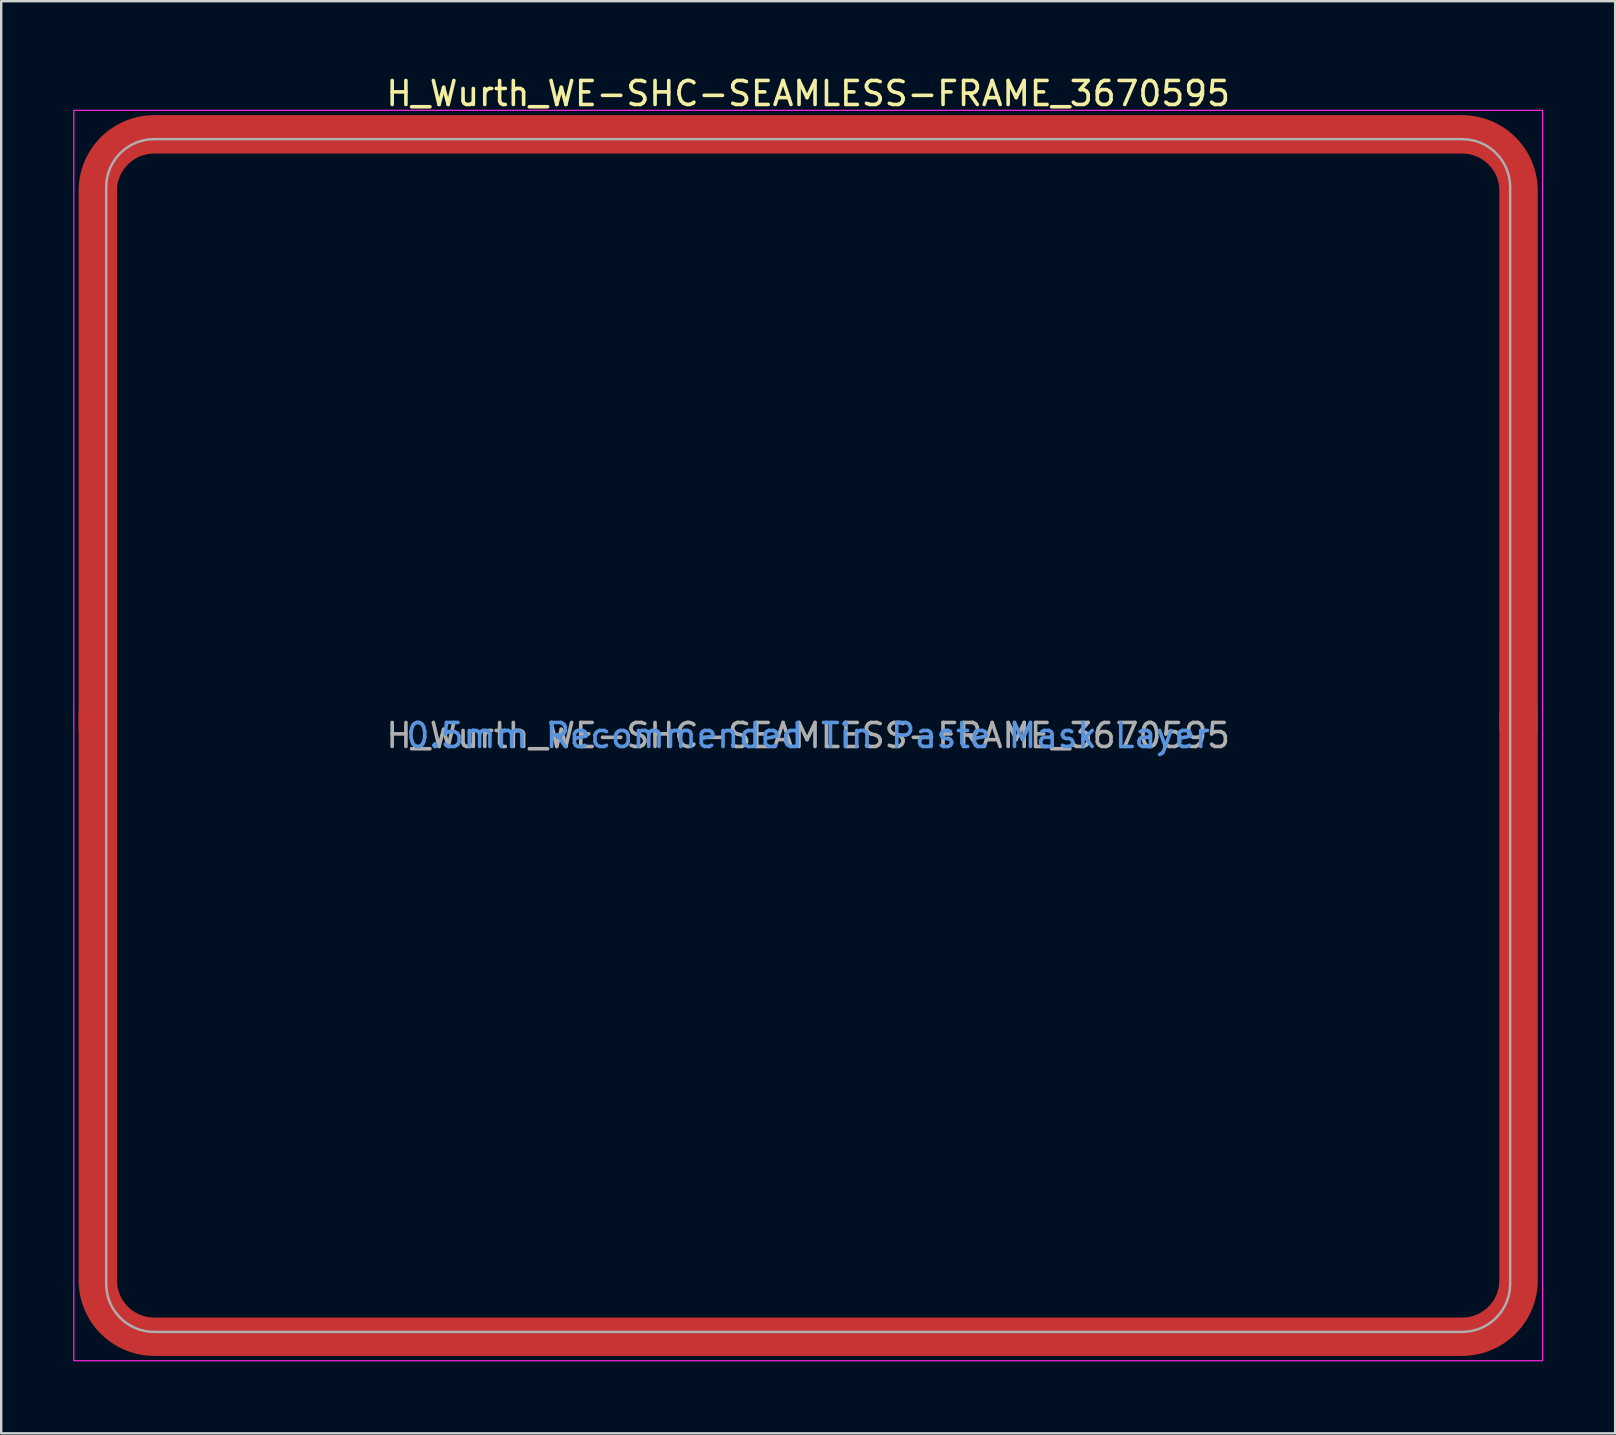
<source format=kicad_pcb>
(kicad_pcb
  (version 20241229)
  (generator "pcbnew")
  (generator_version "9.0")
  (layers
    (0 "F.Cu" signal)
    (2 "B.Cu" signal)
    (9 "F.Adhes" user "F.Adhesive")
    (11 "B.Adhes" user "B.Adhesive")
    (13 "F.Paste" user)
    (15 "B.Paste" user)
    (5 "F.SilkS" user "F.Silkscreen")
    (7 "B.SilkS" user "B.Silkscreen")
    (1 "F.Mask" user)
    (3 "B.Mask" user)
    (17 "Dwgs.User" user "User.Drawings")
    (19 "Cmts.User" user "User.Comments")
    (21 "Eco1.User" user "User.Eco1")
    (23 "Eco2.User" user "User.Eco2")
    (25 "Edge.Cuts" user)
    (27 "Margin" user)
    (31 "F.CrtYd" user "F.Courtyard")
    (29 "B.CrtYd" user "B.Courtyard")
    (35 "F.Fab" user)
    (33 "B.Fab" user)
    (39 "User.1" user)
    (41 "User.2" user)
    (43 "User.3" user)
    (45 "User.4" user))
  (footprint "H_Wurth_WE-SHC-SEAMLESS-FRAME_3670595"
    (layer "F.Cu")
    (at 30.625 27.598)
    (property "Reference" "H_Wurth_WE-SHC-SEAMLESS-FRAME_3670595" (at 0 -26.75 0) (unlocked yes) (layer "F.SilkS") (effects (font (size 1 1) (thickness 0.15))))
    (attr smd)
    (fp_poly (pts (xy -28.85 -0.25) (xy -30.35 -0.25) (xy -30.35 -22.7) (xy -30.346 -22.862) (xy -30.333 -23.024) (xy -30.312 -23.185) (xy -30.282 -23.345) (xy -30.244 -23.502) (xy -30.198 -23.658) (xy -30.144 -23.811) (xy -30.082 -23.961) (xy -30.012 -24.107) (xy -29.935 -24.25) (xy -29.85 -24.388) (xy -29.758 -24.522) (xy -29.659 -24.651) (xy -29.554 -24.774) (xy -29.442 -24.892) (xy -29.324 -25.004) (xy -29.201 -25.109) (xy -29.072 -25.208) (xy -28.938 -25.3) (xy -28.8 -25.385) (xy -28.657 -25.462) (xy -28.511 -25.532) (xy -28.361 -25.594) (xy -28.208 -25.648) (xy -28.052 -25.694) (xy -27.895 -25.732) (xy -27.735 -25.762) (xy -27.574 -25.783) (xy -27.412 -25.796) (xy -27.25 -25.8) (xy 27.25 -25.8) (xy 27.412 -25.796) (xy 27.574 -25.783) (xy 27.735 -25.762) (xy 27.895 -25.732) (xy 28.052 -25.694) (xy 28.208 -25.648) (xy 28.361 -25.594) (xy 28.511 -25.532) (xy 28.657 -25.462) (xy 28.8 -25.385) (xy 28.938 -25.3) (xy 29.072 -25.208) (xy 29.201 -25.109) (xy 29.324 -25.004) (xy 29.442 -24.892) (xy 29.554 -24.774) (xy 29.659 -24.651) (xy 29.758 -24.522) (xy 29.85 -24.388) (xy 29.935 -24.25) (xy 30.012 -24.107) (xy 30.082 -23.961) (xy 30.144 -23.811) (xy 30.198 -23.658) (xy 30.244 -23.502) (xy 30.282 -23.345) (xy 30.312 -23.185) (xy 30.333 -23.024) (xy 30.346 -22.862) (xy 30.35 -22.7) (xy 30.35 -0.25) (xy 28.85 -0.25) (xy 28.85 -22.7) (xy 28.848 -22.784) (xy 28.841 -22.867) (xy 28.83 -22.95) (xy 28.815 -23.033) (xy 28.795 -23.114) (xy 28.772 -23.194) (xy 28.744 -23.273) (xy 28.712 -23.351) (xy 28.676 -23.426) (xy 28.636 -23.5) (xy 28.592 -23.571) (xy 28.544 -23.64) (xy 28.493 -23.707) (xy 28.439 -23.771) (xy 28.381 -23.831) (xy 28.321 -23.889) (xy 28.257 -23.943) (xy 28.19 -23.994) (xy 28.121 -24.042) (xy 28.05 -24.086) (xy 27.976 -24.126) (xy 27.901 -24.162) (xy 27.823 -24.194) (xy 27.744 -24.222) (xy 27.664 -24.245) (xy 27.583 -24.265) (xy 27.5 -24.28) (xy 27.417 -24.291) (xy 27.334 -24.298) (xy 27.25 -24.3) (xy -27.25 -24.3) (xy -27.334 -24.298) (xy -27.417 -24.291) (xy -27.5 -24.28) (xy -27.583 -24.265) (xy -27.664 -24.245) (xy -27.744 -24.222) (xy -27.823 -24.194) (xy -27.901 -24.162) (xy -27.976 -24.126) (xy -28.05 -24.086) (xy -28.121 -24.042) (xy -28.19 -23.994) (xy -28.257 -23.943) (xy -28.321 -23.889) (xy -28.381 -23.831) (xy -28.439 -23.771) (xy -28.493 -23.707) (xy -28.544 -23.64) (xy -28.592 -23.571) (xy -28.636 -23.5) (xy -28.676 -23.426) (xy -28.712 -23.351) (xy -28.744 -23.273) (xy -28.772 -23.194) (xy -28.795 -23.114) (xy -28.815 -23.033) (xy -28.83 -22.95) (xy -28.841 -22.867) (xy -28.848 -22.784) (xy -28.85 -22.7) (xy -28.85 -0.25)) (stroke (width 0.1) (type solid)) (fill yes) (layer "F.Cu"))
    (fp_poly (pts (xy -28.85 -0.25) (xy -30.35 -0.25) (xy -30.35 -22.7) (xy -30.346 -22.862) (xy -30.333 -23.024) (xy -30.312 -23.185) (xy -30.282 -23.345) (xy -30.244 -23.502) (xy -30.198 -23.658) (xy -30.144 -23.811) (xy -30.082 -23.961) (xy -30.012 -24.107) (xy -29.935 -24.25) (xy -29.85 -24.388) (xy -29.758 -24.522) (xy -29.659 -24.651) (xy -29.554 -24.774) (xy -29.442 -24.892) (xy -29.324 -25.004) (xy -29.201 -25.109) (xy -29.072 -25.208) (xy -28.938 -25.3) (xy -28.8 -25.385) (xy -28.657 -25.462) (xy -28.511 -25.532) (xy -28.361 -25.594) (xy -28.208 -25.648) (xy -28.052 -25.694) (xy -27.895 -25.732) (xy -27.735 -25.762) (xy -27.574 -25.783) (xy -27.412 -25.796) (xy -27.25 -25.8) (xy 27.25 -25.8) (xy 27.412 -25.796) (xy 27.574 -25.783) (xy 27.735 -25.762) (xy 27.895 -25.732) (xy 28.052 -25.694) (xy 28.208 -25.648) (xy 28.361 -25.594) (xy 28.511 -25.532) (xy 28.657 -25.462) (xy 28.8 -25.385) (xy 28.938 -25.3) (xy 29.072 -25.208) (xy 29.201 -25.109) (xy 29.324 -25.004) (xy 29.442 -24.892) (xy 29.554 -24.774) (xy 29.659 -24.651) (xy 29.758 -24.522) (xy 29.85 -24.388) (xy 29.935 -24.25) (xy 30.012 -24.107) (xy 30.082 -23.961) (xy 30.144 -23.811) (xy 30.198 -23.658) (xy 30.244 -23.502) (xy 30.282 -23.345) (xy 30.312 -23.185) (xy 30.333 -23.024) (xy 30.346 -22.862) (xy 30.35 -22.7) (xy 30.35 -0.25) (xy 28.85 -0.25) (xy 28.85 -22.7) (xy 28.848 -22.784) (xy 28.841 -22.867) (xy 28.83 -22.95) (xy 28.815 -23.033) (xy 28.795 -23.114) (xy 28.772 -23.194) (xy 28.744 -23.273) (xy 28.712 -23.351) (xy 28.676 -23.426) (xy 28.636 -23.5) (xy 28.592 -23.571) (xy 28.544 -23.64) (xy 28.493 -23.707) (xy 28.439 -23.771) (xy 28.381 -23.831) (xy 28.321 -23.889) (xy 28.257 -23.943) (xy 28.19 -23.994) (xy 28.121 -24.042) (xy 28.05 -24.086) (xy 27.976 -24.126) (xy 27.901 -24.162) (xy 27.823 -24.194) (xy 27.744 -24.222) (xy 27.664 -24.245) (xy 27.583 -24.265) (xy 27.5 -24.28) (xy 27.417 -24.291) (xy 27.334 -24.298) (xy 27.25 -24.3) (xy -27.25 -24.3) (xy -27.334 -24.298) (xy -27.417 -24.291) (xy -27.5 -24.28) (xy -27.583 -24.265) (xy -27.664 -24.245) (xy -27.744 -24.222) (xy -27.823 -24.194) (xy -27.901 -24.162) (xy -27.976 -24.126) (xy -28.05 -24.086) (xy -28.121 -24.042) (xy -28.19 -23.994) (xy -28.257 -23.943) (xy -28.321 -23.889) (xy -28.381 -23.831) (xy -28.439 -23.771) (xy -28.493 -23.707) (xy -28.544 -23.64) (xy -28.592 -23.571) (xy -28.636 -23.5) (xy -28.676 -23.426) (xy -28.712 -23.351) (xy -28.744 -23.273) (xy -28.772 -23.194) (xy -28.795 -23.114) (xy -28.815 -23.033) (xy -28.83 -22.95) (xy -28.841 -22.867) (xy -28.848 -22.784) (xy -28.85 -22.7) (xy -28.85 -0.25)) (stroke (width 0.1) (type solid)) (fill yes) (layer "F.Mask"))
    (fp_poly (pts (xy -28.85 -0.25) (xy -30.35 -0.25) (xy -30.35 -22.7) (xy -30.346 -22.862) (xy -30.333 -23.024) (xy -30.312 -23.185) (xy -30.282 -23.345) (xy -30.244 -23.502) (xy -30.198 -23.658) (xy -30.144 -23.811) (xy -30.082 -23.961) (xy -30.012 -24.107) (xy -29.935 -24.25) (xy -29.85 -24.388) (xy -29.758 -24.522) (xy -29.659 -24.651) (xy -29.554 -24.774) (xy -29.442 -24.892) (xy -29.324 -25.004) (xy -29.201 -25.109) (xy -29.072 -25.208) (xy -28.938 -25.3) (xy -28.8 -25.385) (xy -28.657 -25.462) (xy -28.511 -25.532) (xy -28.361 -25.594) (xy -28.208 -25.648) (xy -28.052 -25.694) (xy -27.895 -25.732) (xy -27.735 -25.762) (xy -27.574 -25.783) (xy -27.412 -25.796) (xy -27.25 -25.8) (xy 27.25 -25.8) (xy 27.412 -25.796) (xy 27.574 -25.783) (xy 27.735 -25.762) (xy 27.895 -25.732) (xy 28.052 -25.694) (xy 28.208 -25.648) (xy 28.361 -25.594) (xy 28.511 -25.532) (xy 28.657 -25.462) (xy 28.8 -25.385) (xy 28.938 -25.3) (xy 29.072 -25.208) (xy 29.201 -25.109) (xy 29.324 -25.004) (xy 29.442 -24.892) (xy 29.554 -24.774) (xy 29.659 -24.651) (xy 29.758 -24.522) (xy 29.85 -24.388) (xy 29.935 -24.25) (xy 30.012 -24.107) (xy 30.082 -23.961) (xy 30.144 -23.811) (xy 30.198 -23.658) (xy 30.244 -23.502) (xy 30.282 -23.345) (xy 30.312 -23.185) (xy 30.333 -23.024) (xy 30.346 -22.862) (xy 30.35 -22.7) (xy 30.35 -0.25) (xy 28.85 -0.25) (xy 28.85 -22.7) (xy 28.848 -22.784) (xy 28.841 -22.867) (xy 28.83 -22.95) (xy 28.815 -23.033) (xy 28.795 -23.114) (xy 28.772 -23.194) (xy 28.744 -23.273) (xy 28.712 -23.351) (xy 28.676 -23.426) (xy 28.636 -23.5) (xy 28.592 -23.571) (xy 28.544 -23.64) (xy 28.493 -23.707) (xy 28.439 -23.771) (xy 28.381 -23.831) (xy 28.321 -23.889) (xy 28.257 -23.943) (xy 28.19 -23.994) (xy 28.121 -24.042) (xy 28.05 -24.086) (xy 27.976 -24.126) (xy 27.901 -24.162) (xy 27.823 -24.194) (xy 27.744 -24.222) (xy 27.664 -24.245) (xy 27.583 -24.265) (xy 27.5 -24.28) (xy 27.417 -24.291) (xy 27.334 -24.298) (xy 27.25 -24.3) (xy -27.25 -24.3) (xy -27.334 -24.298) (xy -27.417 -24.291) (xy -27.5 -24.28) (xy -27.583 -24.265) (xy -27.664 -24.245) (xy -27.744 -24.222) (xy -27.823 -24.194) (xy -27.901 -24.162) (xy -27.976 -24.126) (xy -28.05 -24.086) (xy -28.121 -24.042) (xy -28.19 -23.994) (xy -28.257 -23.943) (xy -28.321 -23.889) (xy -28.381 -23.831) (xy -28.439 -23.771) (xy -28.493 -23.707) (xy -28.544 -23.64) (xy -28.592 -23.571) (xy -28.636 -23.5) (xy -28.676 -23.426) (xy -28.712 -23.351) (xy -28.744 -23.273) (xy -28.772 -23.194) (xy -28.795 -23.114) (xy -28.815 -23.033) (xy -28.83 -22.95) (xy -28.841 -22.867) (xy -28.848 -22.784) (xy -28.85 -22.7) (xy -28.85 -0.25)) (stroke (width 0.1) (type solid)) (fill yes) (layer "F.Paste"))
    (fp_rect (start -30.6 -26.05) (end 30.6 26.05) (stroke (width 0.05) (type solid)) (fill no) (layer "F.CrtYd"))
    (fp_line (start -29.25 22.85) (end -29.25 -22.85) (stroke (width 0.1) (type solid)) (layer "F.Fab"))
    (fp_line (start -27.25 -24.85) (end 27.25 -24.85) (stroke (width 0.1) (type solid)) (layer "F.Fab"))
    (fp_line (start -27.25 24.85) (end 27.25 24.85) (stroke (width 0.1) (type solid)) (layer "F.Fab"))
    (fp_line (start 29.25 22.85) (end 29.25 -22.85) (stroke (width 0.1) (type solid)) (layer "F.Fab"))
    (fp_arc (start -29.25 -22.85) (mid -28.664214 -24.264214) (end -27.25 -24.85) (stroke (width 0.1) (type solid)) (layer "F.Fab"))
    (fp_arc (start -27.25 24.85) (mid -28.664214 24.264214) (end -29.25 22.85) (stroke (width 0.1) (type solid)) (layer "F.Fab"))
    (fp_arc (start 27.25 -24.85) (mid 28.664214 -24.264214) (end 29.25 -22.85) (stroke (width 0.1) (type solid)) (layer "F.Fab"))
    (fp_arc (start 29.25 22.85) (mid 28.664214 24.264214) (end 27.25 24.85) (stroke (width 0.1) (type solid)) (layer "F.Fab"))
    (fp_text user "0.5mm Recommended Tin Paste Mask Layer" (at 0 0 0) (unlocked yes) (layer "Cmts.User") (effects (font (size 1 1) (thickness 0.15))))
    (fp_text user "${REFERENCE}" (at 0 0 0) (unlocked yes) (layer "F.Fab") (effects (font (size 1 1) (thickness 0.15))))
    (pad "1" smd custom (at -29.6 0) (size 1.5 45.4) (layers "F.Cu" "F.Mask" "F.Paste") (options (anchor rect)) (primitives (gr_poly (pts (xy 58.45 -1) (xy 59.95 -1) (xy 59.95 22.7) (xy 59.946 22.862) (xy 59.933 23.024) (xy 59.912 23.185) (xy 59.882 23.345) (xy 59.844 23.502) (xy 59.798 23.658) (xy 59.744 23.811) (xy 59.682 23.961) (xy 59.612 24.107) (xy 59.535 24.25) (xy 59.45 24.388) (xy 59.358 24.522) (xy 59.259 24.651) (xy 59.154 24.774) (xy 59.042 24.892) (xy 58.924 25.004) (xy 58.801 25.109) (xy 58.672 25.208) (xy 58.538 25.3) (xy 58.4 25.385) (xy 58.257 25.462) (xy 58.111 25.532) (xy 57.961 25.594) (xy 57.808 25.648) (xy 57.652 25.694) (xy 57.495 25.732) (xy 57.335 25.762) (xy 57.174 25.783) (xy 57.012 25.796) (xy 56.85 25.8) (xy 2.35 25.8) (xy 2.188 25.796) (xy 2.026 25.783) (xy 1.865 25.762) (xy 1.705 25.732) (xy 1.548 25.694) (xy 1.392 25.648) (xy 1.239 25.594) (xy 1.089 25.532) (xy 0.943 25.462) (xy 0.8 25.385) (xy 0.662 25.3) (xy 0.528 25.208) (xy 0.399 25.109) (xy 0.276 25.004) (xy 0.158 24.892) (xy 0.046 24.774) (xy -0.059 24.651) (xy -0.158 24.522) (xy -0.25 24.388) (xy -0.335 24.25) (xy -0.412 24.107) (xy -0.482 23.961) (xy -0.544 23.811) (xy -0.598 23.658) (xy -0.644 23.502) (xy -0.682 23.345) (xy -0.712 23.185) (xy -0.733 23.024) (xy -0.746 22.862) (xy -0.75 22.7) (xy -0.75 -1) (xy 0.75 -1) (xy 0.75 22.7) (xy 0.752 22.784) (xy 0.759 22.867) (xy 0.77 22.95) (xy 0.785 23.033) (xy 0.805 23.114) (xy 0.828 23.194) (xy 0.856 23.273) (xy 0.888 23.351) (xy 0.924 23.426) (xy 0.964 23.5) (xy 1.008 23.571) (xy 1.056 23.64) (xy 1.107 23.707) (xy 1.161 23.771) (xy 1.219 23.831) (xy 1.279 23.889) (xy 1.343 23.943) (xy 1.41 23.994) (xy 1.479 24.042) (xy 1.55 24.086) (xy 1.624 24.126) (xy 1.699 24.162) (xy 1.777 24.194) (xy 1.856 24.222) (xy 1.936 24.245) (xy 2.017 24.265) (xy 2.1 24.28) (xy 2.183 24.291) (xy 2.266 24.298) (xy 2.35 24.3) (xy 56.85 24.3) (xy 56.934 24.298) (xy 57.017 24.291) (xy 57.1 24.28) (xy 57.183 24.265) (xy 57.264 24.245) (xy 57.344 24.222) (xy 57.423 24.194) (xy 57.501 24.162) (xy 57.576 24.126) (xy 57.65 24.086) (xy 57.721 24.042) (xy 57.79 23.994) (xy 57.857 23.943) (xy 57.921 23.889) (xy 57.981 23.831) (xy 58.039 23.771) (xy 58.093 23.707) (xy 58.144 23.64) (xy 58.192 23.571) (xy 58.236 23.5) (xy 58.276 23.426) (xy 58.312 23.351) (xy 58.344 23.273) (xy 58.372 23.194) (xy 58.395 23.114) (xy 58.415 23.033) (xy 58.43 22.95) (xy 58.441 22.867) (xy 58.448 22.784) (xy 58.45 22.7) (xy 58.45 -1)) (width 0.1) (fill yes)))))
  (gr_rect
    (start -3 -3)
    (end 64.25 56.673)
    (stroke (width 0.1) (type default))
    (fill no)
    (layer "Edge.Cuts")))
</source>
